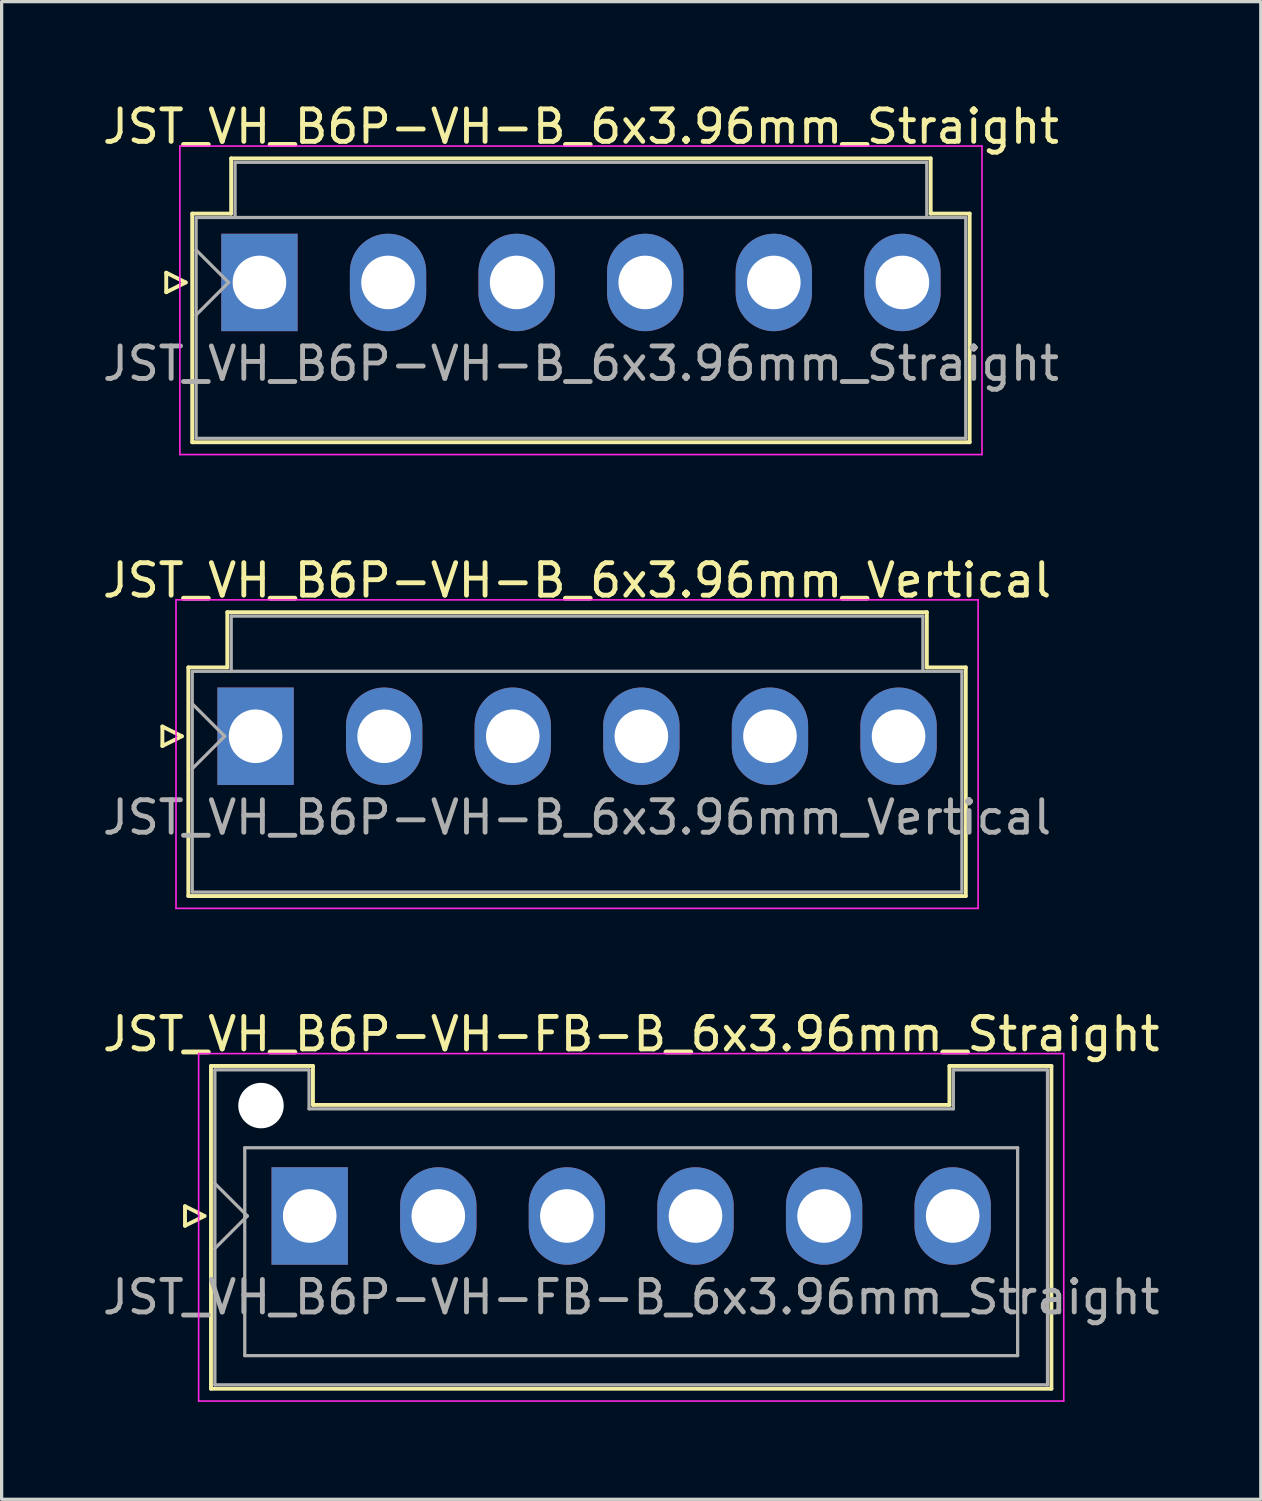
<source format=kicad_pcb>
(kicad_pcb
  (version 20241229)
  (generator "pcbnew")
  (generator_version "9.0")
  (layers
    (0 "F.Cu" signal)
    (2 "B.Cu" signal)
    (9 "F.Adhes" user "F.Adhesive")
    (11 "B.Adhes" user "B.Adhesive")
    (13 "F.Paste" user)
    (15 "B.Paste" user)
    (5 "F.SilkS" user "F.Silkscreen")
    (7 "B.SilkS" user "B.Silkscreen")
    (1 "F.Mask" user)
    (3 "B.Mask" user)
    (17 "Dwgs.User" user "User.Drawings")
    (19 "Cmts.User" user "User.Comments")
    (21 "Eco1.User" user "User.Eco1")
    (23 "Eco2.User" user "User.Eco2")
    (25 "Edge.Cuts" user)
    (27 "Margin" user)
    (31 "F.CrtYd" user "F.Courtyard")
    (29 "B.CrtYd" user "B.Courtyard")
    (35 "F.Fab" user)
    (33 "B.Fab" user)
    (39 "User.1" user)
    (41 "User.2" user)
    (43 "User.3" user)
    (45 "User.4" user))
  (footprint "JST_VH_B6P-VH-B_6x3.96mm_Vertical"
    (layer "F.Cu")
    (at 4.82 19.622)
    (property "Reference" "JST_VH_B6P-VH-B_6x3.96mm_Vertical" (at 9.9 -4.8 0) (layer "F.SilkS") (effects (font (size 1 1) (thickness 0.15))))
    (attr through_hole)
    (fp_line (start -2.87 -0.3) (end -2.27 0) (stroke (width 0.12) (type solid)) (layer "F.SilkS"))
    (fp_line (start -2.87 0.3) (end -2.87 -0.3) (stroke (width 0.12) (type solid)) (layer "F.SilkS"))
    (fp_line (start -2.27 0) (end -2.87 0.3) (stroke (width 0.12) (type solid)) (layer "F.SilkS"))
    (fp_line (start -2.07 -2.12) (end -0.87 -2.12) (stroke (width 0.12) (type solid)) (layer "F.SilkS"))
    (fp_line (start -2.07 4.92) (end -2.07 -2.12) (stroke (width 0.12) (type solid)) (layer "F.SilkS"))
    (fp_line (start -0.87 -3.82) (end 20.67 -3.82) (stroke (width 0.12) (type solid)) (layer "F.SilkS"))
    (fp_line (start -0.87 -2.12) (end -0.87 -3.82) (stroke (width 0.12) (type solid)) (layer "F.SilkS"))
    (fp_line (start 20.67 -3.82) (end 20.67 -2.12) (stroke (width 0.12) (type solid)) (layer "F.SilkS"))
    (fp_line (start 20.67 -2.12) (end 21.87 -2.12) (stroke (width 0.12) (type solid)) (layer "F.SilkS"))
    (fp_line (start 21.87 -2.12) (end 21.87 4.92) (stroke (width 0.12) (type solid)) (layer "F.SilkS"))
    (fp_line (start 21.87 4.92) (end -2.07 4.92) (stroke (width 0.12) (type solid)) (layer "F.SilkS"))
    (fp_line (start -2.45 -4.2) (end -2.45 5.3) (stroke (width 0.05) (type solid)) (layer "F.CrtYd"))
    (fp_line (start -2.45 5.3) (end 22.25 5.3) (stroke (width 0.05) (type solid)) (layer "F.CrtYd"))
    (fp_line (start 22.25 -4.2) (end -2.45 -4.2) (stroke (width 0.05) (type solid)) (layer "F.CrtYd"))
    (fp_line (start 22.25 5.3) (end 22.25 -4.2) (stroke (width 0.05) (type solid)) (layer "F.CrtYd"))
    (fp_line (start -1.95 -2) (end -1.95 4.8) (stroke (width 0.1) (type solid)) (layer "F.Fab"))
    (fp_line (start -1.95 -1) (end -0.95 0) (stroke (width 0.1) (type solid)) (layer "F.Fab"))
    (fp_line (start -1.95 1) (end -0.95 0) (stroke (width 0.1) (type solid)) (layer "F.Fab"))
    (fp_line (start -1.95 4.8) (end 21.75 4.8) (stroke (width 0.1) (type solid)) (layer "F.Fab"))
    (fp_line (start -0.75 -3.7) (end 20.55 -3.7) (stroke (width 0.1) (type solid)) (layer "F.Fab"))
    (fp_line (start -0.75 -2) (end -0.75 -3.7) (stroke (width 0.1) (type solid)) (layer "F.Fab"))
    (fp_line (start 20.55 -3.7) (end 20.55 -2) (stroke (width 0.1) (type solid)) (layer "F.Fab"))
    (fp_line (start 21.75 -2) (end -1.95 -2) (stroke (width 0.1) (type solid)) (layer "F.Fab"))
    (fp_line (start 21.75 4.8) (end 21.75 -2) (stroke (width 0.1) (type solid)) (layer "F.Fab"))
    (fp_text user "${REFERENCE}" (at 9.9 2.5 0) (layer "F.Fab") (effects (font (size 1 1) (thickness 0.15))))
    (pad "1" thru_hole rect (at 0 0) (size 2.35 3) (drill 1.65) (layers "*.Cu" "*.Mask"))
    (pad "2" thru_hole oval (at 3.96 0) (size 2.35 3) (drill 1.65) (layers "*.Cu" "*.Mask"))
    (pad "3" thru_hole oval (at 7.92 0) (size 2.35 3) (drill 1.65) (layers "*.Cu" "*.Mask"))
    (pad "4" thru_hole oval (at 11.88 0) (size 2.35 3) (drill 1.65) (layers "*.Cu" "*.Mask"))
    (pad "5" thru_hole oval (at 15.84 0) (size 2.35 3) (drill 1.65) (layers "*.Cu" "*.Mask"))
    (pad "6" thru_hole oval (at 19.8 0) (size 2.35 3) (drill 1.65) (layers "*.Cu" "*.Mask")))
  (footprint "JST_VH_B6P-VH-FB-B_6x3.96mm_Straight"
    (layer "F.Cu")
    (at 6.487 34.395)
    (property "Reference" "JST_VH_B6P-VH-FB-B_6x3.96mm_Straight" (at 9.9 -5.6 0) (layer "F.SilkS") (effects (font (size 1 1) (thickness 0.15))))
    (attr through_hole)
    (fp_line (start -3.84 -0.3) (end -3.24 0) (stroke (width 0.12) (type solid)) (layer "F.SilkS"))
    (fp_line (start -3.84 0.3) (end -3.84 -0.3) (stroke (width 0.12) (type solid)) (layer "F.SilkS"))
    (fp_line (start -3.24 0) (end -3.84 0.3) (stroke (width 0.12) (type solid)) (layer "F.SilkS"))
    (fp_line (start -3.04 -4.62) (end 0.1 -4.62) (stroke (width 0.12) (type solid)) (layer "F.SilkS"))
    (fp_line (start -3.04 5.32) (end -3.04 -4.62) (stroke (width 0.12) (type solid)) (layer "F.SilkS"))
    (fp_line (start 0.1 -4.62) (end 0.1 -3.42) (stroke (width 0.12) (type solid)) (layer "F.SilkS"))
    (fp_line (start 0.1 -3.42) (end 19.7 -3.42) (stroke (width 0.12) (type solid)) (layer "F.SilkS"))
    (fp_line (start 19.7 -4.62) (end 22.84 -4.62) (stroke (width 0.12) (type solid)) (layer "F.SilkS"))
    (fp_line (start 19.7 -3.42) (end 19.7 -4.62) (stroke (width 0.12) (type solid)) (layer "F.SilkS"))
    (fp_line (start 22.84 -4.62) (end 22.84 5.32) (stroke (width 0.12) (type solid)) (layer "F.SilkS"))
    (fp_line (start 22.84 5.32) (end -3.04 5.32) (stroke (width 0.12) (type solid)) (layer "F.SilkS"))
    (fp_line (start -3.42 -5) (end -3.42 5.7) (stroke (width 0.05) (type solid)) (layer "F.CrtYd"))
    (fp_line (start -3.42 5.7) (end 23.22 5.7) (stroke (width 0.05) (type solid)) (layer "F.CrtYd"))
    (fp_line (start 23.22 -5) (end -3.42 -5) (stroke (width 0.05) (type solid)) (layer "F.CrtYd"))
    (fp_line (start 23.22 5.7) (end 23.22 -5) (stroke (width 0.05) (type solid)) (layer "F.CrtYd"))
    (fp_line (start -2.92 -4.5) (end -0.02 -4.5) (stroke (width 0.1) (type solid)) (layer "F.Fab"))
    (fp_line (start -2.92 -1) (end -1.92 0) (stroke (width 0.1) (type solid)) (layer "F.Fab"))
    (fp_line (start -2.92 1) (end -1.92 0) (stroke (width 0.1) (type solid)) (layer "F.Fab"))
    (fp_line (start -2.92 5.2) (end -2.92 -4.5) (stroke (width 0.1) (type solid)) (layer "F.Fab"))
    (fp_line (start -2 -2.1) (end 21.8 -2.1) (stroke (width 0.1) (type solid)) (layer "F.Fab"))
    (fp_line (start -2 4.3) (end -2 -2.1) (stroke (width 0.1) (type solid)) (layer "F.Fab"))
    (fp_line (start -0.02 -4.5) (end -0.02 -3.3) (stroke (width 0.1) (type solid)) (layer "F.Fab"))
    (fp_line (start -0.02 -3.3) (end 19.82 -3.3) (stroke (width 0.1) (type solid)) (layer "F.Fab"))
    (fp_line (start 19.82 -4.5) (end 22.72 -4.5) (stroke (width 0.1) (type solid)) (layer "F.Fab"))
    (fp_line (start 19.82 -3.3) (end 19.82 -4.5) (stroke (width 0.1) (type solid)) (layer "F.Fab"))
    (fp_line (start 21.8 -2.1) (end 21.8 4.3) (stroke (width 0.1) (type solid)) (layer "F.Fab"))
    (fp_line (start 21.8 4.3) (end -2 4.3) (stroke (width 0.1) (type solid)) (layer "F.Fab"))
    (fp_line (start 22.72 -4.5) (end 22.72 5.2) (stroke (width 0.1) (type solid)) (layer "F.Fab"))
    (fp_line (start 22.72 5.2) (end -2.92 5.2) (stroke (width 0.1) (type solid)) (layer "F.Fab"))
    (fp_text user "${REFERENCE}" (at 9.9 2.5 0) (layer "F.Fab") (effects (font (size 1 1) (thickness 0.15))))
    (pad "" np_thru_hole circle (at -1.5 -3.4) (size 1.4 1.4) (drill 1.4) (layers "*.Cu" "*.Mask"))
    (pad "1" thru_hole rect (at 0 0) (size 2.35 3) (drill 1.65) (layers "*.Cu" "*.Mask"))
    (pad "2" thru_hole oval (at 3.96 0) (size 2.35 3) (drill 1.65) (layers "*.Cu" "*.Mask"))
    (pad "3" thru_hole oval (at 7.92 0) (size 2.35 3) (drill 1.65) (layers "*.Cu" "*.Mask"))
    (pad "4" thru_hole oval (at 11.88 0) (size 2.35 3) (drill 1.65) (layers "*.Cu" "*.Mask"))
    (pad "5" thru_hole oval (at 15.84 0) (size 2.35 3) (drill 1.65) (layers "*.Cu" "*.Mask"))
    (pad "6" thru_hole oval (at 19.8 0) (size 2.35 3) (drill 1.65) (layers "*.Cu" "*.Mask")))
  (footprint "JST_VH_B6P-VH-B_6x3.96mm_Straight"
    (layer "F.Cu")
    (at 4.939 5.648)
    (property "Reference" "JST_VH_B6P-VH-B_6x3.96mm_Straight" (at 9.9 -4.8 0) (layer "F.SilkS") (effects (font (size 1 1) (thickness 0.15))))
    (attr through_hole)
    (fp_line (start -2.87 -0.3) (end -2.27 0) (stroke (width 0.12) (type solid)) (layer "F.SilkS"))
    (fp_line (start -2.87 0.3) (end -2.87 -0.3) (stroke (width 0.12) (type solid)) (layer "F.SilkS"))
    (fp_line (start -2.27 0) (end -2.87 0.3) (stroke (width 0.12) (type solid)) (layer "F.SilkS"))
    (fp_line (start -2.07 -2.12) (end -0.87 -2.12) (stroke (width 0.12) (type solid)) (layer "F.SilkS"))
    (fp_line (start -2.07 4.92) (end -2.07 -2.12) (stroke (width 0.12) (type solid)) (layer "F.SilkS"))
    (fp_line (start -0.87 -3.82) (end 20.67 -3.82) (stroke (width 0.12) (type solid)) (layer "F.SilkS"))
    (fp_line (start -0.87 -2.12) (end -0.87 -3.82) (stroke (width 0.12) (type solid)) (layer "F.SilkS"))
    (fp_line (start 20.67 -3.82) (end 20.67 -2.12) (stroke (width 0.12) (type solid)) (layer "F.SilkS"))
    (fp_line (start 20.67 -2.12) (end 21.87 -2.12) (stroke (width 0.12) (type solid)) (layer "F.SilkS"))
    (fp_line (start 21.87 -2.12) (end 21.87 4.92) (stroke (width 0.12) (type solid)) (layer "F.SilkS"))
    (fp_line (start 21.87 4.92) (end -2.07 4.92) (stroke (width 0.12) (type solid)) (layer "F.SilkS"))
    (fp_line (start -2.45 -4.2) (end -2.45 5.3) (stroke (width 0.05) (type solid)) (layer "F.CrtYd"))
    (fp_line (start -2.45 5.3) (end 22.25 5.3) (stroke (width 0.05) (type solid)) (layer "F.CrtYd"))
    (fp_line (start 22.25 -4.2) (end -2.45 -4.2) (stroke (width 0.05) (type solid)) (layer "F.CrtYd"))
    (fp_line (start 22.25 5.3) (end 22.25 -4.2) (stroke (width 0.05) (type solid)) (layer "F.CrtYd"))
    (fp_line (start -1.95 -2) (end -1.95 4.8) (stroke (width 0.1) (type solid)) (layer "F.Fab"))
    (fp_line (start -1.95 -1) (end -0.95 0) (stroke (width 0.1) (type solid)) (layer "F.Fab"))
    (fp_line (start -1.95 1) (end -0.95 0) (stroke (width 0.1) (type solid)) (layer "F.Fab"))
    (fp_line (start -1.95 4.8) (end 21.75 4.8) (stroke (width 0.1) (type solid)) (layer "F.Fab"))
    (fp_line (start -0.75 -3.7) (end 20.55 -3.7) (stroke (width 0.1) (type solid)) (layer "F.Fab"))
    (fp_line (start -0.75 -2) (end -0.75 -3.7) (stroke (width 0.1) (type solid)) (layer "F.Fab"))
    (fp_line (start 20.55 -3.7) (end 20.55 -2) (stroke (width 0.1) (type solid)) (layer "F.Fab"))
    (fp_line (start 21.75 -2) (end -1.95 -2) (stroke (width 0.1) (type solid)) (layer "F.Fab"))
    (fp_line (start 21.75 4.8) (end 21.75 -2) (stroke (width 0.1) (type solid)) (layer "F.Fab"))
    (fp_text user "${REFERENCE}" (at 9.9 2.5 0) (layer "F.Fab") (effects (font (size 1 1) (thickness 0.15))))
    (pad "1" thru_hole rect (at 0 0) (size 2.35 3) (drill 1.65) (layers "*.Cu" "*.Mask"))
    (pad "2" thru_hole oval (at 3.96 0) (size 2.35 3) (drill 1.65) (layers "*.Cu" "*.Mask"))
    (pad "3" thru_hole oval (at 7.92 0) (size 2.35 3) (drill 1.65) (layers "*.Cu" "*.Mask"))
    (pad "4" thru_hole oval (at 11.88 0) (size 2.35 3) (drill 1.65) (layers "*.Cu" "*.Mask"))
    (pad "5" thru_hole oval (at 15.84 0) (size 2.35 3) (drill 1.65) (layers "*.Cu" "*.Mask"))
    (pad "6" thru_hole oval (at 19.8 0) (size 2.35 3) (drill 1.65) (layers "*.Cu" "*.Mask")))
  (gr_rect
    (start -3 -3)
    (end 35.774 43.12)
    (stroke (width 0.1) (type default))
    (fill no)
    (layer "Edge.Cuts")))
</source>
